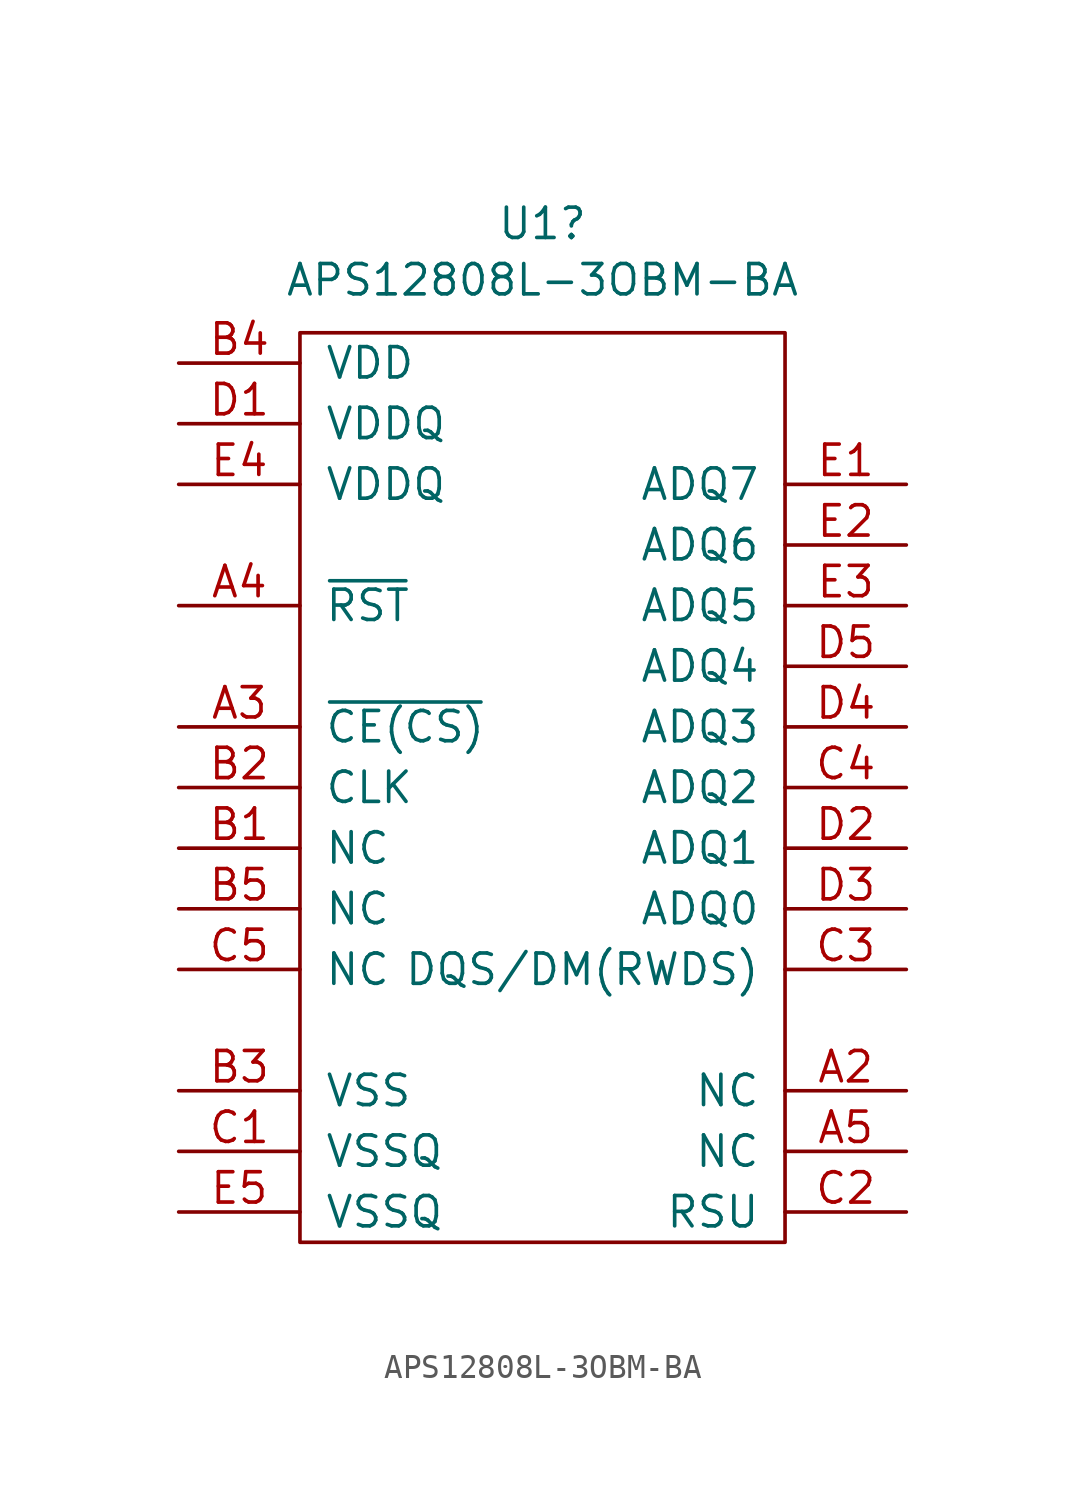
<source format=kicad_sym>
(kicad_symbol_lib
  (version 20220914)
  (generator kicad_symbol_editor)
  (symbol "APS12808L-3OBM-BA"
    (pin_names
      (offset 1.016))
    (property "Reference" "U1"
      (at 0 23.622 0)
      (effects (font (size 1.27 1.27))))
    (property "Value" "APS12808L-3OBM-BA"
      (at 0 21.26 0)
      (effects (font (size 1.27 1.27))))
    (symbol "APS12808L-3OBM-BA_0_1"
      (rectangle (start -10.16 19.05) (end 10.16 -19.05) (stroke (width 0) (type solid)) (fill (type none))))
    (symbol "APS12808L-3OBM-BA_1_1"
      (pin passive line (at 15.24 -12.7 180) (length 5.08) (name "NC" (effects (font (size 1.27 1.27)))) (number "A2" (effects (font (size 1.27 1.27)))))
      (pin input line (at -15.24 2.54 0) (length 5.08) (name "~{CE(CS)}" (effects (font (size 1.27 1.27)))) (number "A3" (effects (font (size 1.27 1.27)))))
      (pin input line (at -15.24 7.62 0) (length 5.08) (name "~{RST}" (effects (font (size 1.27 1.27)))) (number "A4" (effects (font (size 1.27 1.27)))))
      (pin passive line (at 15.24 -15.24 180) (length 5.08) (name "NC" (effects (font (size 1.27 1.27)))) (number "A5" (effects (font (size 1.27 1.27)))))
      (pin passive line (at -15.24 -2.54 0) (length 5.08) (name "NC" (effects (font (size 1.27 1.27)))) (number "B1" (effects (font (size 1.27 1.27)))))
      (pin input line (at -15.24 0 0) (length 5.08) (name "CLK" (effects (font (size 1.27 1.27)))) (number "B2" (effects (font (size 1.27 1.27)))))
      (pin power_in line (at -15.24 -12.7 0) (length 5.08) (name "VSS" (effects (font (size 1.27 1.27)))) (number "B3" (effects (font (size 1.27 1.27)))))
      (pin power_in line (at -15.24 17.78 0) (length 5.08) (name "VDD" (effects (font (size 1.27 1.27)))) (number "B4" (effects (font (size 1.27 1.27)))))
      (pin passive line (at -15.24 -5.08 0) (length 5.08) (name "NC" (effects (font (size 1.27 1.27)))) (number "B5" (effects (font (size 1.27 1.27)))))
      (pin power_in line (at -15.24 -15.24 0) (length 5.08) (name "VSSQ" (effects (font (size 1.27 1.27)))) (number "C1" (effects (font (size 1.27 1.27)))))
      (pin passive line (at 15.24 -17.78 180) (length 5.08) (name "RSU" (effects (font (size 1.27 1.27)))) (number "C2" (effects (font (size 1.27 1.27)))))
      (pin bidirectional line (at 15.24 -7.62 180) (length 5.08) (name "DQS/DM(RWDS)" (effects (font (size 1.27 1.27)))) (number "C3" (effects (font (size 1.27 1.27)))))
      (pin bidirectional line (at 15.24 0 180) (length 5.08) (name "ADQ2" (effects (font (size 1.27 1.27)))) (number "C4" (effects (font (size 1.27 1.27)))))
      (pin passive line (at -15.24 -7.62 0) (length 5.08) (name "NC" (effects (font (size 1.27 1.27)))) (number "C5" (effects (font (size 1.27 1.27)))))
      (pin power_in line (at -15.24 15.24 0) (length 5.08) (name "VDDQ" (effects (font (size 1.27 1.27)))) (number "D1" (effects (font (size 1.27 1.27)))))
      (pin bidirectional line (at 15.24 -2.54 180) (length 5.08) (name "ADQ1" (effects (font (size 1.27 1.27)))) (number "D2" (effects (font (size 1.27 1.27)))))
      (pin bidirectional line (at 15.24 -5.08 180) (length 5.08) (name "ADQ0" (effects (font (size 1.27 1.27)))) (number "D3" (effects (font (size 1.27 1.27)))))
      (pin bidirectional line (at 15.24 2.54 180) (length 5.08) (name "ADQ3" (effects (font (size 1.27 1.27)))) (number "D4" (effects (font (size 1.27 1.27)))))
      (pin bidirectional line (at 15.24 5.08 180) (length 5.08) (name "ADQ4" (effects (font (size 1.27 1.27)))) (number "D5" (effects (font (size 1.27 1.27)))))
      (pin bidirectional line (at 15.24 12.7 180) (length 5.08) (name "ADQ7" (effects (font (size 1.27 1.27)))) (number "E1" (effects (font (size 1.27 1.27)))))
      (pin bidirectional line (at 15.24 10.16 180) (length 5.08) (name "ADQ6" (effects (font (size 1.27 1.27)))) (number "E2" (effects (font (size 1.27 1.27)))))
      (pin bidirectional line (at 15.24 7.62 180) (length 5.08) (name "ADQ5" (effects (font (size 1.27 1.27)))) (number "E3" (effects (font (size 1.27 1.27)))))
      (pin power_in line (at -15.24 12.7 0) (length 5.08) (name "VDDQ" (effects (font (size 1.27 1.27)))) (number "E4" (effects (font (size 1.27 1.27)))))
      (pin power_in line (at -15.24 -17.78 0) (length 5.08) (name "VSSQ" (effects (font (size 1.27 1.27)))) (number "E5" (effects (font (size 1.27 1.27))))))))
</source>
